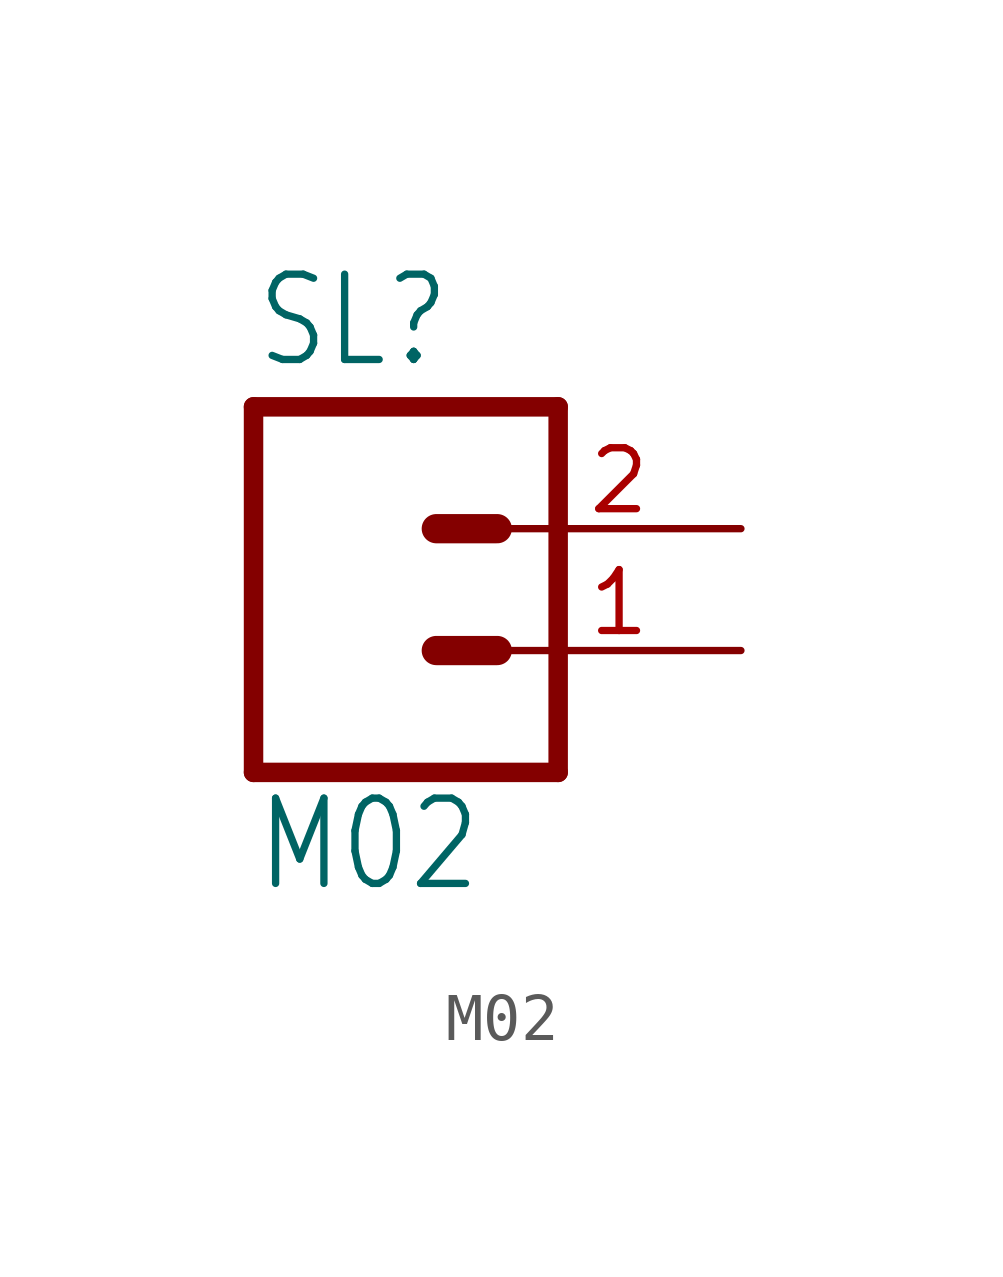
<source format=kicad_sym>
(kicad_symbol_lib
  (version 20211014)
  (generator kicad_symbol_editor)
  (symbol "M02"
    (property "Reference" "SL"
      (at -2.54 5.842 0)
      (effects (font (size 1.778 1.511)) (justify left bottom)))
    (property "Value" "M02"
      (at -2.54 -5.08 0)
      (effects (font (size 1.778 1.511)) (justify left bottom)))
    (property "ki_locked" ""
      (at 0 0 0)
      (effects (font (size 1.27 1.27))))
    (symbol "M02_1_0"
      (polyline (pts (xy -2.54 5.08) (xy -2.54 -2.54)) (stroke (width 0.406) (type default) (color 0 0 0 0)) (fill (type none)))
      (polyline (pts (xy -2.54 5.08) (xy 3.81 5.08)) (stroke (width 0.406) (type default) (color 0 0 0 0)) (fill (type none)))
      (polyline (pts (xy 1.27 0) (xy 2.54 0)) (stroke (width 0.61) (type default) (color 0 0 0 0)) (fill (type none)))
      (polyline (pts (xy 1.27 2.54) (xy 2.54 2.54)) (stroke (width 0.61) (type default) (color 0 0 0 0)) (fill (type none)))
      (polyline (pts (xy 3.81 -2.54) (xy -2.54 -2.54)) (stroke (width 0.406) (type default) (color 0 0 0 0)) (fill (type none)))
      (polyline (pts (xy 3.81 -2.54) (xy 3.81 5.08)) (stroke (width 0.406) (type default) (color 0 0 0 0)) (fill (type none)))
      (pin passive line (at 7.62 0 180) (length 5.08) (name "1" (effects (font (size 0 0)))) (number "1" (effects (font (size 1.27 1.27)))))
      (pin passive line (at 7.62 2.54 180) (length 5.08) (name "2" (effects (font (size 0 0)))) (number "2" (effects (font (size 1.27 1.27))))))))
</source>
